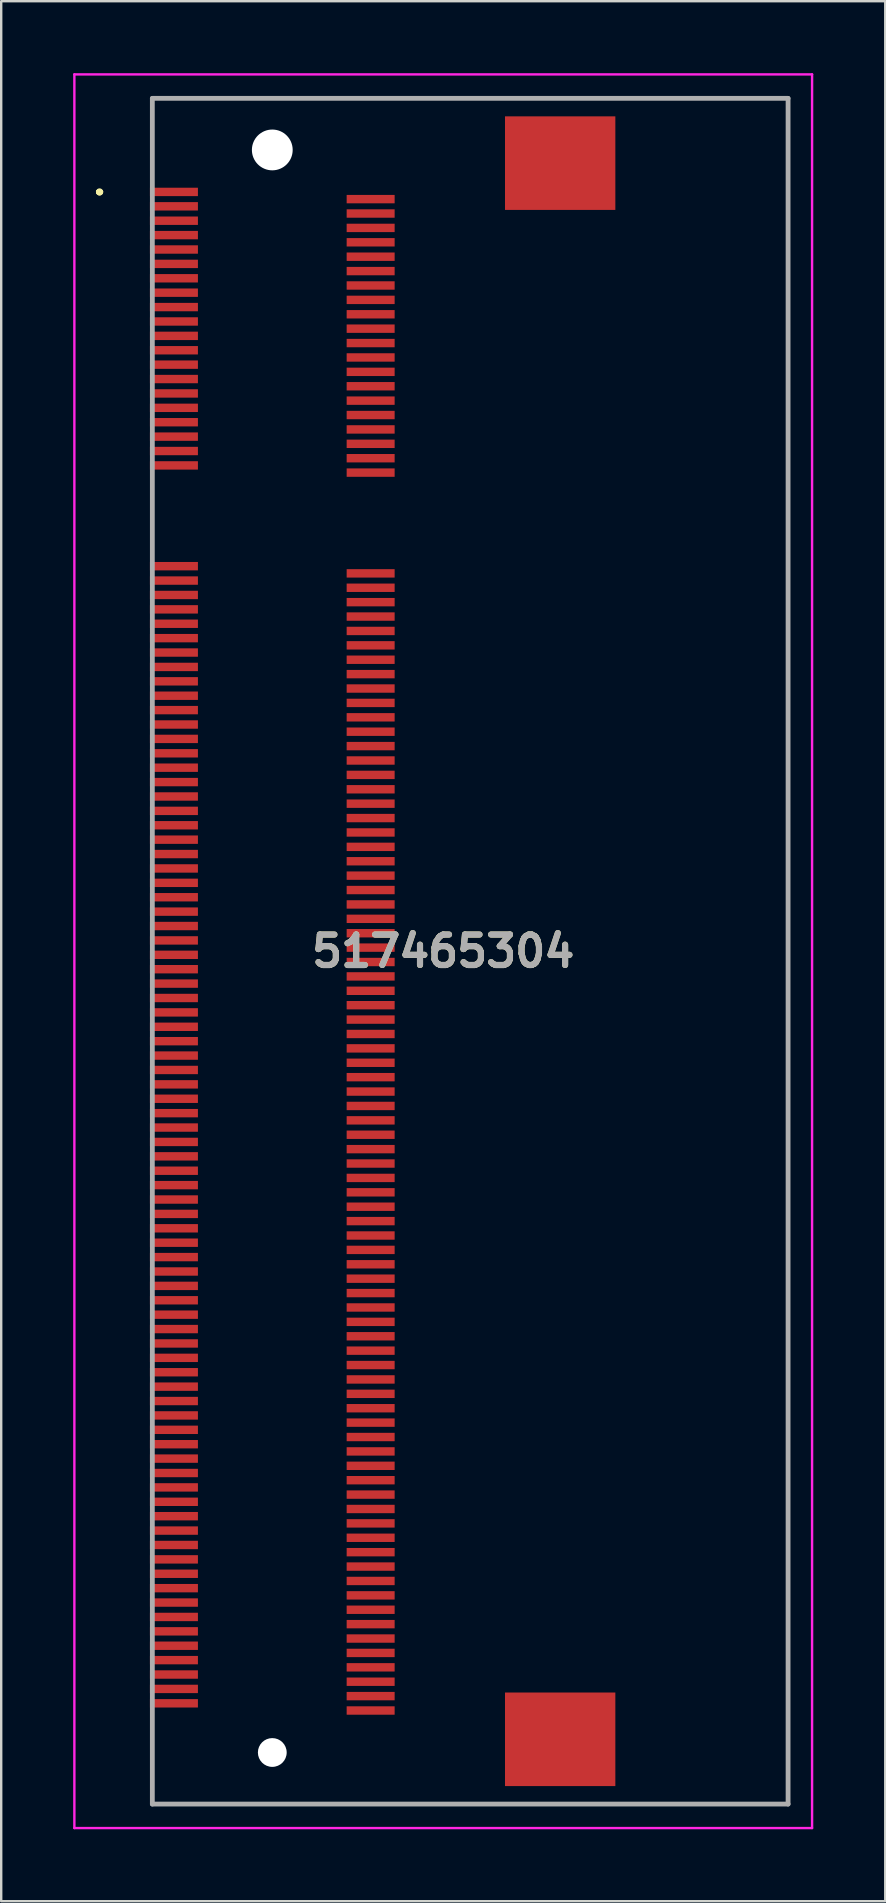
<source format=kicad_pcb>
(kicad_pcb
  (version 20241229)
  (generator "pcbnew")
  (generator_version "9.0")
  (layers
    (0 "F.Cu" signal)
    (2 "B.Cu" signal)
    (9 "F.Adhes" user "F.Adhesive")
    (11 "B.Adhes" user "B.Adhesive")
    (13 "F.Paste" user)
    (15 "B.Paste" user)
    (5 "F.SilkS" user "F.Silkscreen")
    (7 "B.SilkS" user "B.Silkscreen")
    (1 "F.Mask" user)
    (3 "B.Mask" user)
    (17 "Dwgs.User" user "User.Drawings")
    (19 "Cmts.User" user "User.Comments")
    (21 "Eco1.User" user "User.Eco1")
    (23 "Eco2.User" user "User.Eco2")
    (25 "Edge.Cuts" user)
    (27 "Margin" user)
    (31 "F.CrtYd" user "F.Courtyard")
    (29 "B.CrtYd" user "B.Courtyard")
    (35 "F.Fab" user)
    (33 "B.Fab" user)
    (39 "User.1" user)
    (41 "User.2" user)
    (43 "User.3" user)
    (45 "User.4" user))
  (footprint "517465304"
    (layer "F.Cu")
    (at 16.55 36.6)
    (property "Reference" "517465304" (at -1.125 0 0) (layer "F.SilkS") (effects (font (size 1.27 1.27) (thickness 0.254))))
    (attr through_hole)
    (fp_line (start -15.5 -31.65) (end -15.5 -31.65) (stroke (width 0.2) (type solid)) (layer "F.SilkS"))
    (fp_line (start -15.5 -31.65) (end -15.5 -31.65) (stroke (width 0.2) (type solid)) (layer "F.SilkS"))
    (fp_line (start -15.4 -31.65) (end -15.4 -31.65) (stroke (width 0.2) (type solid)) (layer "F.SilkS"))
    (fp_line (start -13.25 -35.55) (end -13.25 -35.55) (stroke (width 0.1) (type solid)) (layer "F.SilkS"))
    (fp_line (start -13.25 -35.55) (end -13.25 -35.55) (stroke (width 0.1) (type solid)) (layer "F.SilkS"))
    (fp_line (start -13.25 -35.55) (end -13.25 -32.5) (stroke (width 0.1) (type solid)) (layer "F.SilkS"))
    (fp_line (start -13.25 -35.55) (end 13.25 -35.55) (stroke (width 0.1) (type solid)) (layer "F.SilkS"))
    (fp_line (start -13.25 -32.5) (end -13.25 -35.55) (stroke (width 0.1) (type solid)) (layer "F.SilkS"))
    (fp_line (start -13.25 -32.5) (end -13.25 -32.5) (stroke (width 0.1) (type solid)) (layer "F.SilkS"))
    (fp_line (start -13.25 32.5) (end -13.25 32.5) (stroke (width 0.1) (type solid)) (layer "F.SilkS"))
    (fp_line (start -13.25 32.5) (end -13.25 35.55) (stroke (width 0.1) (type solid)) (layer "F.SilkS"))
    (fp_line (start -13.25 35.55) (end -13.25 32.5) (stroke (width 0.1) (type solid)) (layer "F.SilkS"))
    (fp_line (start -13.25 35.55) (end -13.25 35.55) (stroke (width 0.1) (type solid)) (layer "F.SilkS"))
    (fp_line (start -13.25 35.55) (end -13.25 35.55) (stroke (width 0.1) (type solid)) (layer "F.SilkS"))
    (fp_line (start -13.25 35.55) (end 13.25 35.55) (stroke (width 0.1) (type solid)) (layer "F.SilkS"))
    (fp_line (start 13.25 -35.55) (end -13.25 -35.55) (stroke (width 0.1) (type solid)) (layer "F.SilkS"))
    (fp_line (start 13.25 -35.55) (end 13.25 -35.55) (stroke (width 0.1) (type solid)) (layer "F.SilkS"))
    (fp_line (start 13.25 -35.55) (end 13.25 -35.55) (stroke (width 0.1) (type solid)) (layer "F.SilkS"))
    (fp_line (start 13.25 -35.55) (end 13.25 35.55) (stroke (width 0.1) (type solid)) (layer "F.SilkS"))
    (fp_line (start 13.25 35.55) (end -13.25 35.55) (stroke (width 0.1) (type solid)) (layer "F.SilkS"))
    (fp_line (start 13.25 35.55) (end 13.25 -35.55) (stroke (width 0.1) (type solid)) (layer "F.SilkS"))
    (fp_line (start 13.25 35.55) (end 13.25 35.55) (stroke (width 0.1) (type solid)) (layer "F.SilkS"))
    (fp_line (start 13.25 35.55) (end 13.25 35.55) (stroke (width 0.1) (type solid)) (layer "F.SilkS"))
    (fp_arc (start -15.5 -31.65) (mid -15.45 -31.7) (end -15.4 -31.65) (stroke (width 0.2) (type solid)) (layer "F.SilkS"))
    (fp_arc (start -15.4 -31.65) (mid -15.45 -31.6) (end -15.5 -31.65) (stroke (width 0.2) (type solid)) (layer "F.SilkS"))
    (fp_arc (start -15.4 -31.65) (mid -15.45 -31.6) (end -15.5 -31.65) (stroke (width 0.2) (type solid)) (layer "F.SilkS"))
    (fp_line (start -16.5 -36.55) (end 14.25 -36.55) (stroke (width 0.1) (type solid)) (layer "F.CrtYd"))
    (fp_line (start -16.5 36.55) (end -16.5 -36.55) (stroke (width 0.1) (type solid)) (layer "F.CrtYd"))
    (fp_line (start 14.25 -36.55) (end 14.25 36.55) (stroke (width 0.1) (type solid)) (layer "F.CrtYd"))
    (fp_line (start 14.25 36.55) (end -16.5 36.55) (stroke (width 0.1) (type solid)) (layer "F.CrtYd"))
    (fp_line (start -13.25 -35.55) (end -13.25 35.55) (stroke (width 0.2) (type solid)) (layer "F.Fab"))
    (fp_line (start -13.25 35.55) (end 13.25 35.55) (stroke (width 0.2) (type solid)) (layer "F.Fab"))
    (fp_line (start 13.25 -35.55) (end -13.25 -35.55) (stroke (width 0.2) (type solid)) (layer "F.Fab"))
    (fp_line (start 13.25 35.55) (end 13.25 -35.55) (stroke (width 0.2) (type solid)) (layer "F.Fab"))
    (fp_text user "${REFERENCE}" (at -1.125 0 0) (layer "F.Fab") (effects (font (size 1.27 1.27) (thickness 0.254))))
    (pad "" np_thru_hole circle (at -8.25 -33.4) (size 1.7 1.7) (drill 1.7) (layers "*.Cu" "*.Mask"))
    (pad "" np_thru_hole circle (at -8.25 33.4) (size 1.2 1.2) (drill 1.2) (layers "*.Cu" "*.Mask"))
    (pad "1" smd rect (at -12.35 -31.65 90) (size 0.35 2) (layers "F.Cu" "F.Mask" "F.Paste"))
    (pad "2" smd rect (at -4.15 -31.35 90) (size 0.35 2) (layers "F.Cu" "F.Mask" "F.Paste"))
    (pad "3" smd rect (at -12.35 -31.05 90) (size 0.35 2) (layers "F.Cu" "F.Mask" "F.Paste"))
    (pad "4" smd rect (at -4.15 -30.75 90) (size 0.35 2) (layers "F.Cu" "F.Mask" "F.Paste"))
    (pad "5" smd rect (at -12.35 -30.45 90) (size 0.35 2) (layers "F.Cu" "F.Mask" "F.Paste"))
    (pad "6" smd rect (at -4.15 -30.15 90) (size 0.35 2) (layers "F.Cu" "F.Mask" "F.Paste"))
    (pad "7" smd rect (at -12.35 -29.85 90) (size 0.35 2) (layers "F.Cu" "F.Mask" "F.Paste"))
    (pad "8" smd rect (at -4.15 -29.55 90) (size 0.35 2) (layers "F.Cu" "F.Mask" "F.Paste"))
    (pad "9" smd rect (at -12.35 -29.25 90) (size 0.35 2) (layers "F.Cu" "F.Mask" "F.Paste"))
    (pad "10" smd rect (at -4.15 -28.95 90) (size 0.35 2) (layers "F.Cu" "F.Mask" "F.Paste"))
    (pad "11" smd rect (at -12.35 -28.65 90) (size 0.35 2) (layers "F.Cu" "F.Mask" "F.Paste"))
    (pad "12" smd rect (at -4.15 -28.35 90) (size 0.35 2) (layers "F.Cu" "F.Mask" "F.Paste"))
    (pad "13" smd rect (at -12.35 -28.05 90) (size 0.35 2) (layers "F.Cu" "F.Mask" "F.Paste"))
    (pad "14" smd rect (at -4.15 -27.75 90) (size 0.35 2) (layers "F.Cu" "F.Mask" "F.Paste"))
    (pad "15" smd rect (at -12.35 -27.45 90) (size 0.35 2) (layers "F.Cu" "F.Mask" "F.Paste"))
    (pad "16" smd rect (at -4.15 -27.15 90) (size 0.35 2) (layers "F.Cu" "F.Mask" "F.Paste"))
    (pad "17" smd rect (at -12.35 -26.85 90) (size 0.35 2) (layers "F.Cu" "F.Mask" "F.Paste"))
    (pad "18" smd rect (at -4.15 -26.55 90) (size 0.35 2) (layers "F.Cu" "F.Mask" "F.Paste"))
    (pad "19" smd rect (at -12.35 -26.25 90) (size 0.35 2) (layers "F.Cu" "F.Mask" "F.Paste"))
    (pad "20" smd rect (at -4.15 -25.95 90) (size 0.35 2) (layers "F.Cu" "F.Mask" "F.Paste"))
    (pad "21" smd rect (at -12.35 -25.65 90) (size 0.35 2) (layers "F.Cu" "F.Mask" "F.Paste"))
    (pad "22" smd rect (at -4.15 -25.35 90) (size 0.35 2) (layers "F.Cu" "F.Mask" "F.Paste"))
    (pad "23" smd rect (at -12.35 -25.05 90) (size 0.35 2) (layers "F.Cu" "F.Mask" "F.Paste"))
    (pad "24" smd rect (at -4.15 -24.75 90) (size 0.35 2) (layers "F.Cu" "F.Mask" "F.Paste"))
    (pad "25" smd rect (at -12.35 -24.45 90) (size 0.35 2) (layers "F.Cu" "F.Mask" "F.Paste"))
    (pad "26" smd rect (at -4.15 -24.15 90) (size 0.35 2) (layers "F.Cu" "F.Mask" "F.Paste"))
    (pad "27" smd rect (at -12.35 -23.85 90) (size 0.35 2) (layers "F.Cu" "F.Mask" "F.Paste"))
    (pad "28" smd rect (at -4.15 -23.55 90) (size 0.35 2) (layers "F.Cu" "F.Mask" "F.Paste"))
    (pad "29" smd rect (at -12.35 -23.25 90) (size 0.35 2) (layers "F.Cu" "F.Mask" "F.Paste"))
    (pad "30" smd rect (at -4.15 -22.95 90) (size 0.35 2) (layers "F.Cu" "F.Mask" "F.Paste"))
    (pad "31" smd rect (at -12.35 -22.65 90) (size 0.35 2) (layers "F.Cu" "F.Mask" "F.Paste"))
    (pad "32" smd rect (at -4.15 -22.35 90) (size 0.35 2) (layers "F.Cu" "F.Mask" "F.Paste"))
    (pad "33" smd rect (at -12.35 -22.05 90) (size 0.35 2) (layers "F.Cu" "F.Mask" "F.Paste"))
    (pad "34" smd rect (at -4.15 -21.75 90) (size 0.35 2) (layers "F.Cu" "F.Mask" "F.Paste"))
    (pad "35" smd rect (at -12.35 -21.45 90) (size 0.35 2) (layers "F.Cu" "F.Mask" "F.Paste"))
    (pad "36" smd rect (at -4.15 -21.15 90) (size 0.35 2) (layers "F.Cu" "F.Mask" "F.Paste"))
    (pad "37" smd rect (at -12.35 -20.85 90) (size 0.35 2) (layers "F.Cu" "F.Mask" "F.Paste"))
    (pad "38" smd rect (at -4.15 -20.55 90) (size 0.35 2) (layers "F.Cu" "F.Mask" "F.Paste"))
    (pad "39" smd rect (at -12.35 -20.25 90) (size 0.35 2) (layers "F.Cu" "F.Mask" "F.Paste"))
    (pad "40" smd rect (at -4.15 -19.95 90) (size 0.35 2) (layers "F.Cu" "F.Mask" "F.Paste"))
    (pad "41" smd rect (at -12.35 -16.05 90) (size 0.35 2) (layers "F.Cu" "F.Mask" "F.Paste"))
    (pad "42" smd rect (at -4.15 -15.75 90) (size 0.35 2) (layers "F.Cu" "F.Mask" "F.Paste"))
    (pad "43" smd rect (at -12.35 -15.45 90) (size 0.35 2) (layers "F.Cu" "F.Mask" "F.Paste"))
    (pad "44" smd rect (at -4.15 -15.15 90) (size 0.35 2) (layers "F.Cu" "F.Mask" "F.Paste"))
    (pad "45" smd rect (at -12.35 -14.85 90) (size 0.35 2) (layers "F.Cu" "F.Mask" "F.Paste"))
    (pad "46" smd rect (at -4.15 -14.55 90) (size 0.35 2) (layers "F.Cu" "F.Mask" "F.Paste"))
    (pad "47" smd rect (at -12.35 -14.25 90) (size 0.35 2) (layers "F.Cu" "F.Mask" "F.Paste"))
    (pad "48" smd rect (at -4.15 -13.95 90) (size 0.35 2) (layers "F.Cu" "F.Mask" "F.Paste"))
    (pad "49" smd rect (at -12.35 -13.65 90) (size 0.35 2) (layers "F.Cu" "F.Mask" "F.Paste"))
    (pad "50" smd rect (at -4.15 -13.35 90) (size 0.35 2) (layers "F.Cu" "F.Mask" "F.Paste"))
    (pad "51" smd rect (at -12.35 -13.05 90) (size 0.35 2) (layers "F.Cu" "F.Mask" "F.Paste"))
    (pad "52" smd rect (at -4.15 -12.75 90) (size 0.35 2) (layers "F.Cu" "F.Mask" "F.Paste"))
    (pad "53" smd rect (at -12.35 -12.45 90) (size 0.35 2) (layers "F.Cu" "F.Mask" "F.Paste"))
    (pad "54" smd rect (at -4.15 -12.15 90) (size 0.35 2) (layers "F.Cu" "F.Mask" "F.Paste"))
    (pad "55" smd rect (at -12.35 -11.85 90) (size 0.35 2) (layers "F.Cu" "F.Mask" "F.Paste"))
    (pad "56" smd rect (at -4.15 -11.55 90) (size 0.35 2) (layers "F.Cu" "F.Mask" "F.Paste"))
    (pad "57" smd rect (at -12.35 -11.25 90) (size 0.35 2) (layers "F.Cu" "F.Mask" "F.Paste"))
    (pad "58" smd rect (at -4.15 -10.95 90) (size 0.35 2) (layers "F.Cu" "F.Mask" "F.Paste"))
    (pad "59" smd rect (at -12.35 -10.65 90) (size 0.35 2) (layers "F.Cu" "F.Mask" "F.Paste"))
    (pad "60" smd rect (at -4.15 -10.35 90) (size 0.35 2) (layers "F.Cu" "F.Mask" "F.Paste"))
    (pad "61" smd rect (at -12.35 -10.05 90) (size 0.35 2) (layers "F.Cu" "F.Mask" "F.Paste"))
    (pad "62" smd rect (at -4.15 -9.75 90) (size 0.35 2) (layers "F.Cu" "F.Mask" "F.Paste"))
    (pad "63" smd rect (at -12.35 -9.45 90) (size 0.35 2) (layers "F.Cu" "F.Mask" "F.Paste"))
    (pad "64" smd rect (at -4.15 -9.15 90) (size 0.35 2) (layers "F.Cu" "F.Mask" "F.Paste"))
    (pad "65" smd rect (at -12.35 -8.85 90) (size 0.35 2) (layers "F.Cu" "F.Mask" "F.Paste"))
    (pad "66" smd rect (at -4.15 -8.55 90) (size 0.35 2) (layers "F.Cu" "F.Mask" "F.Paste"))
    (pad "67" smd rect (at -12.35 -8.25 90) (size 0.35 2) (layers "F.Cu" "F.Mask" "F.Paste"))
    (pad "68" smd rect (at -4.15 -7.95 90) (size 0.35 2) (layers "F.Cu" "F.Mask" "F.Paste"))
    (pad "69" smd rect (at -12.35 -7.65 90) (size 0.35 2) (layers "F.Cu" "F.Mask" "F.Paste"))
    (pad "70" smd rect (at -4.15 -7.35 90) (size 0.35 2) (layers "F.Cu" "F.Mask" "F.Paste"))
    (pad "71" smd rect (at -12.35 -7.05 90) (size 0.35 2) (layers "F.Cu" "F.Mask" "F.Paste"))
    (pad "72" smd rect (at -4.15 -6.75 90) (size 0.35 2) (layers "F.Cu" "F.Mask" "F.Paste"))
    (pad "73" smd rect (at -12.35 -6.45 90) (size 0.35 2) (layers "F.Cu" "F.Mask" "F.Paste"))
    (pad "74" smd rect (at -4.15 -6.15 90) (size 0.35 2) (layers "F.Cu" "F.Mask" "F.Paste"))
    (pad "75" smd rect (at -12.35 -5.85 90) (size 0.35 2) (layers "F.Cu" "F.Mask" "F.Paste"))
    (pad "76" smd rect (at -4.15 -5.55 90) (size 0.35 2) (layers "F.Cu" "F.Mask" "F.Paste"))
    (pad "77" smd rect (at -12.35 -5.25 90) (size 0.35 2) (layers "F.Cu" "F.Mask" "F.Paste"))
    (pad "78" smd rect (at -4.15 -4.95 90) (size 0.35 2) (layers "F.Cu" "F.Mask" "F.Paste"))
    (pad "79" smd rect (at -12.35 -4.65 90) (size 0.35 2) (layers "F.Cu" "F.Mask" "F.Paste"))
    (pad "80" smd rect (at -4.15 -4.35 90) (size 0.35 2) (layers "F.Cu" "F.Mask" "F.Paste"))
    (pad "81" smd rect (at -12.35 -4.05 90) (size 0.35 2) (layers "F.Cu" "F.Mask" "F.Paste"))
    (pad "82" smd rect (at -4.15 -3.75 90) (size 0.35 2) (layers "F.Cu" "F.Mask" "F.Paste"))
    (pad "83" smd rect (at -12.35 -3.45 90) (size 0.35 2) (layers "F.Cu" "F.Mask" "F.Paste"))
    (pad "84" smd rect (at -4.15 -3.15 90) (size 0.35 2) (layers "F.Cu" "F.Mask" "F.Paste"))
    (pad "85" smd rect (at -12.35 -2.85 90) (size 0.35 2) (layers "F.Cu" "F.Mask" "F.Paste"))
    (pad "86" smd rect (at -4.15 -2.55 90) (size 0.35 2) (layers "F.Cu" "F.Mask" "F.Paste"))
    (pad "87" smd rect (at -12.35 -2.25 90) (size 0.35 2) (layers "F.Cu" "F.Mask" "F.Paste"))
    (pad "88" smd rect (at -4.15 -1.95 90) (size 0.35 2) (layers "F.Cu" "F.Mask" "F.Paste"))
    (pad "89" smd rect (at -12.35 -1.65 90) (size 0.35 2) (layers "F.Cu" "F.Mask" "F.Paste"))
    (pad "90" smd rect (at -4.15 -1.35 90) (size 0.35 2) (layers "F.Cu" "F.Mask" "F.Paste"))
    (pad "91" smd rect (at -12.35 -1.05 90) (size 0.35 2) (layers "F.Cu" "F.Mask" "F.Paste"))
    (pad "92" smd rect (at -4.15 -0.75 90) (size 0.35 2) (layers "F.Cu" "F.Mask" "F.Paste"))
    (pad "93" smd rect (at -12.35 -0.45 90) (size 0.35 2) (layers "F.Cu" "F.Mask" "F.Paste"))
    (pad "94" smd rect (at -4.15 -0.15 90) (size 0.35 2) (layers "F.Cu" "F.Mask" "F.Paste"))
    (pad "95" smd rect (at -12.35 0.15 90) (size 0.35 2) (layers "F.Cu" "F.Mask" "F.Paste"))
    (pad "96" smd rect (at -4.15 0.45 90) (size 0.35 2) (layers "F.Cu" "F.Mask" "F.Paste"))
    (pad "97" smd rect (at -12.35 0.75 90) (size 0.35 2) (layers "F.Cu" "F.Mask" "F.Paste"))
    (pad "98" smd rect (at -4.15 1.05 90) (size 0.35 2) (layers "F.Cu" "F.Mask" "F.Paste"))
    (pad "99" smd rect (at -12.35 1.35 90) (size 0.35 2) (layers "F.Cu" "F.Mask" "F.Paste"))
    (pad "100" smd rect (at -4.15 1.65 90) (size 0.35 2) (layers "F.Cu" "F.Mask" "F.Paste"))
    (pad "101" smd rect (at -12.35 1.95 90) (size 0.35 2) (layers "F.Cu" "F.Mask" "F.Paste"))
    (pad "102" smd rect (at -4.15 2.25 90) (size 0.35 2) (layers "F.Cu" "F.Mask" "F.Paste"))
    (pad "103" smd rect (at -12.35 2.55 90) (size 0.35 2) (layers "F.Cu" "F.Mask" "F.Paste"))
    (pad "104" smd rect (at -4.15 2.85 90) (size 0.35 2) (layers "F.Cu" "F.Mask" "F.Paste"))
    (pad "105" smd rect (at -12.35 3.15 90) (size 0.35 2) (layers "F.Cu" "F.Mask" "F.Paste"))
    (pad "106" smd rect (at -4.15 3.45 90) (size 0.35 2) (layers "F.Cu" "F.Mask" "F.Paste"))
    (pad "107" smd rect (at -12.35 3.75 90) (size 0.35 2) (layers "F.Cu" "F.Mask" "F.Paste"))
    (pad "108" smd rect (at -4.15 4.05 90) (size 0.35 2) (layers "F.Cu" "F.Mask" "F.Paste"))
    (pad "109" smd rect (at -12.35 4.35 90) (size 0.35 2) (layers "F.Cu" "F.Mask" "F.Paste"))
    (pad "110" smd rect (at -4.15 4.65 90) (size 0.35 2) (layers "F.Cu" "F.Mask" "F.Paste"))
    (pad "111" smd rect (at -12.35 4.95 90) (size 0.35 2) (layers "F.Cu" "F.Mask" "F.Paste"))
    (pad "112" smd rect (at -4.15 5.25 90) (size 0.35 2) (layers "F.Cu" "F.Mask" "F.Paste"))
    (pad "113" smd rect (at -12.35 5.55 90) (size 0.35 2) (layers "F.Cu" "F.Mask" "F.Paste"))
    (pad "114" smd rect (at -4.15 5.85 90) (size 0.35 2) (layers "F.Cu" "F.Mask" "F.Paste"))
    (pad "115" smd rect (at -12.35 6.15 90) (size 0.35 2) (layers "F.Cu" "F.Mask" "F.Paste"))
    (pad "116" smd rect (at -4.15 6.45 90) (size 0.35 2) (layers "F.Cu" "F.Mask" "F.Paste"))
    (pad "117" smd rect (at -12.35 6.75 90) (size 0.35 2) (layers "F.Cu" "F.Mask" "F.Paste"))
    (pad "118" smd rect (at -4.15 7.05 90) (size 0.35 2) (layers "F.Cu" "F.Mask" "F.Paste"))
    (pad "119" smd rect (at -12.35 7.35 90) (size 0.35 2) (layers "F.Cu" "F.Mask" "F.Paste"))
    (pad "120" smd rect (at -4.15 7.65 90) (size 0.35 2) (layers "F.Cu" "F.Mask" "F.Paste"))
    (pad "121" smd rect (at -12.35 7.95 90) (size 0.35 2) (layers "F.Cu" "F.Mask" "F.Paste"))
    (pad "122" smd rect (at -4.15 8.25 90) (size 0.35 2) (layers "F.Cu" "F.Mask" "F.Paste"))
    (pad "123" smd rect (at -12.35 8.55 90) (size 0.35 2) (layers "F.Cu" "F.Mask" "F.Paste"))
    (pad "124" smd rect (at -4.15 8.85 90) (size 0.35 2) (layers "F.Cu" "F.Mask" "F.Paste"))
    (pad "125" smd rect (at -12.35 9.15 90) (size 0.35 2) (layers "F.Cu" "F.Mask" "F.Paste"))
    (pad "126" smd rect (at -4.15 9.45 90) (size 0.35 2) (layers "F.Cu" "F.Mask" "F.Paste"))
    (pad "127" smd rect (at -12.35 9.75 90) (size 0.35 2) (layers "F.Cu" "F.Mask" "F.Paste"))
    (pad "128" smd rect (at -4.15 10.05 90) (size 0.35 2) (layers "F.Cu" "F.Mask" "F.Paste"))
    (pad "129" smd rect (at -12.35 10.35 90) (size 0.35 2) (layers "F.Cu" "F.Mask" "F.Paste"))
    (pad "130" smd rect (at -4.15 10.65 90) (size 0.35 2) (layers "F.Cu" "F.Mask" "F.Paste"))
    (pad "131" smd rect (at -12.35 10.95 90) (size 0.35 2) (layers "F.Cu" "F.Mask" "F.Paste"))
    (pad "132" smd rect (at -4.15 11.25 90) (size 0.35 2) (layers "F.Cu" "F.Mask" "F.Paste"))
    (pad "133" smd rect (at -12.35 11.55 90) (size 0.35 2) (layers "F.Cu" "F.Mask" "F.Paste"))
    (pad "134" smd rect (at -4.15 11.85 90) (size 0.35 2) (layers "F.Cu" "F.Mask" "F.Paste"))
    (pad "135" smd rect (at -12.35 12.15 90) (size 0.35 2) (layers "F.Cu" "F.Mask" "F.Paste"))
    (pad "136" smd rect (at -4.15 12.45 90) (size 0.35 2) (layers "F.Cu" "F.Mask" "F.Paste"))
    (pad "137" smd rect (at -12.35 12.75 90) (size 0.35 2) (layers "F.Cu" "F.Mask" "F.Paste"))
    (pad "138" smd rect (at -4.15 13.05 90) (size 0.35 2) (layers "F.Cu" "F.Mask" "F.Paste"))
    (pad "139" smd rect (at -12.35 13.35 90) (size 0.35 2) (layers "F.Cu" "F.Mask" "F.Paste"))
    (pad "140" smd rect (at -4.15 13.65 90) (size 0.35 2) (layers "F.Cu" "F.Mask" "F.Paste"))
    (pad "141" smd rect (at -12.35 13.95 90) (size 0.35 2) (layers "F.Cu" "F.Mask" "F.Paste"))
    (pad "142" smd rect (at -4.15 14.25 90) (size 0.35 2) (layers "F.Cu" "F.Mask" "F.Paste"))
    (pad "143" smd rect (at -12.35 14.55 90) (size 0.35 2) (layers "F.Cu" "F.Mask" "F.Paste"))
    (pad "144" smd rect (at -4.15 14.85 90) (size 0.35 2) (layers "F.Cu" "F.Mask" "F.Paste"))
    (pad "145" smd rect (at -12.35 15.15 90) (size 0.35 2) (layers "F.Cu" "F.Mask" "F.Paste"))
    (pad "146" smd rect (at -4.15 15.45 90) (size 0.35 2) (layers "F.Cu" "F.Mask" "F.Paste"))
    (pad "147" smd rect (at -12.35 15.75 90) (size 0.35 2) (layers "F.Cu" "F.Mask" "F.Paste"))
    (pad "148" smd rect (at -4.15 16.05 90) (size 0.35 2) (layers "F.Cu" "F.Mask" "F.Paste"))
    (pad "149" smd rect (at -12.35 16.35 90) (size 0.35 2) (layers "F.Cu" "F.Mask" "F.Paste"))
    (pad "150" smd rect (at -4.15 16.65 90) (size 0.35 2) (layers "F.Cu" "F.Mask" "F.Paste"))
    (pad "151" smd rect (at -12.35 16.95 90) (size 0.35 2) (layers "F.Cu" "F.Mask" "F.Paste"))
    (pad "152" smd rect (at -4.15 17.25 90) (size 0.35 2) (layers "F.Cu" "F.Mask" "F.Paste"))
    (pad "153" smd rect (at -12.35 17.55 90) (size 0.35 2) (layers "F.Cu" "F.Mask" "F.Paste"))
    (pad "154" smd rect (at -4.15 17.85 90) (size 0.35 2) (layers "F.Cu" "F.Mask" "F.Paste"))
    (pad "155" smd rect (at -12.35 18.15 90) (size 0.35 2) (layers "F.Cu" "F.Mask" "F.Paste"))
    (pad "156" smd rect (at -4.15 18.45 90) (size 0.35 2) (layers "F.Cu" "F.Mask" "F.Paste"))
    (pad "157" smd rect (at -12.35 18.75 90) (size 0.35 2) (layers "F.Cu" "F.Mask" "F.Paste"))
    (pad "158" smd rect (at -4.15 19.05 90) (size 0.35 2) (layers "F.Cu" "F.Mask" "F.Paste"))
    (pad "159" smd rect (at -12.35 19.35 90) (size 0.35 2) (layers "F.Cu" "F.Mask" "F.Paste"))
    (pad "160" smd rect (at -4.15 19.65 90) (size 0.35 2) (layers "F.Cu" "F.Mask" "F.Paste"))
    (pad "161" smd rect (at -12.35 19.95 90) (size 0.35 2) (layers "F.Cu" "F.Mask" "F.Paste"))
    (pad "162" smd rect (at -4.15 20.25 90) (size 0.35 2) (layers "F.Cu" "F.Mask" "F.Paste"))
    (pad "163" smd rect (at -12.35 20.55 90) (size 0.35 2) (layers "F.Cu" "F.Mask" "F.Paste"))
    (pad "164" smd rect (at -4.15 20.85 90) (size 0.35 2) (layers "F.Cu" "F.Mask" "F.Paste"))
    (pad "165" smd rect (at -12.35 21.15 90) (size 0.35 2) (layers "F.Cu" "F.Mask" "F.Paste"))
    (pad "166" smd rect (at -4.15 21.45 90) (size 0.35 2) (layers "F.Cu" "F.Mask" "F.Paste"))
    (pad "167" smd rect (at -12.35 21.75 90) (size 0.35 2) (layers "F.Cu" "F.Mask" "F.Paste"))
    (pad "168" smd rect (at -4.15 22.05 90) (size 0.35 2) (layers "F.Cu" "F.Mask" "F.Paste"))
    (pad "169" smd rect (at -12.35 22.35 90) (size 0.35 2) (layers "F.Cu" "F.Mask" "F.Paste"))
    (pad "170" smd rect (at -4.15 22.65 90) (size 0.35 2) (layers "F.Cu" "F.Mask" "F.Paste"))
    (pad "171" smd rect (at -12.35 22.95 90) (size 0.35 2) (layers "F.Cu" "F.Mask" "F.Paste"))
    (pad "172" smd rect (at -4.15 23.25 90) (size 0.35 2) (layers "F.Cu" "F.Mask" "F.Paste"))
    (pad "173" smd rect (at -12.35 23.55 90) (size 0.35 2) (layers "F.Cu" "F.Mask" "F.Paste"))
    (pad "174" smd rect (at -4.15 23.85 90) (size 0.35 2) (layers "F.Cu" "F.Mask" "F.Paste"))
    (pad "175" smd rect (at -12.35 24.15 90) (size 0.35 2) (layers "F.Cu" "F.Mask" "F.Paste"))
    (pad "176" smd rect (at -4.15 24.45 90) (size 0.35 2) (layers "F.Cu" "F.Mask" "F.Paste"))
    (pad "177" smd rect (at -12.35 24.75 90) (size 0.35 2) (layers "F.Cu" "F.Mask" "F.Paste"))
    (pad "178" smd rect (at -4.15 25.05 90) (size 0.35 2) (layers "F.Cu" "F.Mask" "F.Paste"))
    (pad "179" smd rect (at -12.35 25.35 90) (size 0.35 2) (layers "F.Cu" "F.Mask" "F.Paste"))
    (pad "180" smd rect (at -4.15 25.65 90) (size 0.35 2) (layers "F.Cu" "F.Mask" "F.Paste"))
    (pad "181" smd rect (at -12.35 25.95 90) (size 0.35 2) (layers "F.Cu" "F.Mask" "F.Paste"))
    (pad "182" smd rect (at -4.15 26.25 90) (size 0.35 2) (layers "F.Cu" "F.Mask" "F.Paste"))
    (pad "183" smd rect (at -12.35 26.55 90) (size 0.35 2) (layers "F.Cu" "F.Mask" "F.Paste"))
    (pad "184" smd rect (at -4.15 26.85 90) (size 0.35 2) (layers "F.Cu" "F.Mask" "F.Paste"))
    (pad "185" smd rect (at -12.35 27.15 90) (size 0.35 2) (layers "F.Cu" "F.Mask" "F.Paste"))
    (pad "186" smd rect (at -4.15 27.45 90) (size 0.35 2) (layers "F.Cu" "F.Mask" "F.Paste"))
    (pad "187" smd rect (at -12.35 27.75 90) (size 0.35 2) (layers "F.Cu" "F.Mask" "F.Paste"))
    (pad "188" smd rect (at -4.15 28.05 90) (size 0.35 2) (layers "F.Cu" "F.Mask" "F.Paste"))
    (pad "189" smd rect (at -12.35 28.35 90) (size 0.35 2) (layers "F.Cu" "F.Mask" "F.Paste"))
    (pad "190" smd rect (at -4.15 28.65 90) (size 0.35 2) (layers "F.Cu" "F.Mask" "F.Paste"))
    (pad "191" smd rect (at -12.35 28.95 90) (size 0.35 2) (layers "F.Cu" "F.Mask" "F.Paste"))
    (pad "192" smd rect (at -4.15 29.25 90) (size 0.35 2) (layers "F.Cu" "F.Mask" "F.Paste"))
    (pad "193" smd rect (at -12.35 29.55 90) (size 0.35 2) (layers "F.Cu" "F.Mask" "F.Paste"))
    (pad "194" smd rect (at -4.15 29.85 90) (size 0.35 2) (layers "F.Cu" "F.Mask" "F.Paste"))
    (pad "195" smd rect (at -12.35 30.15 90) (size 0.35 2) (layers "F.Cu" "F.Mask" "F.Paste"))
    (pad "196" smd rect (at -4.15 30.45 90) (size 0.35 2) (layers "F.Cu" "F.Mask" "F.Paste"))
    (pad "197" smd rect (at -12.35 30.75 90) (size 0.35 2) (layers "F.Cu" "F.Mask" "F.Paste"))
    (pad "198" smd rect (at -4.15 31.05 90) (size 0.35 2) (layers "F.Cu" "F.Mask" "F.Paste"))
    (pad "199" smd rect (at -12.35 31.35 90) (size 0.35 2) (layers "F.Cu" "F.Mask" "F.Paste"))
    (pad "200" smd rect (at -4.15 31.65 90) (size 0.35 2) (layers "F.Cu" "F.Mask" "F.Paste"))
    (pad "MP1" smd rect (at 3.75 -32.85 90) (size 3.9 4.6) (layers "F.Cu" "F.Mask" "F.Paste"))
    (pad "MP2" smd rect (at 3.75 32.85 90) (size 3.9 4.6) (layers "F.Cu" "F.Mask" "F.Paste")))
  (gr_rect
    (start -3 -3)
    (end 33.85 76.2)
    (stroke (width 0.1) (type default))
    (fill no)
    (layer "Edge.Cuts")))
</source>
